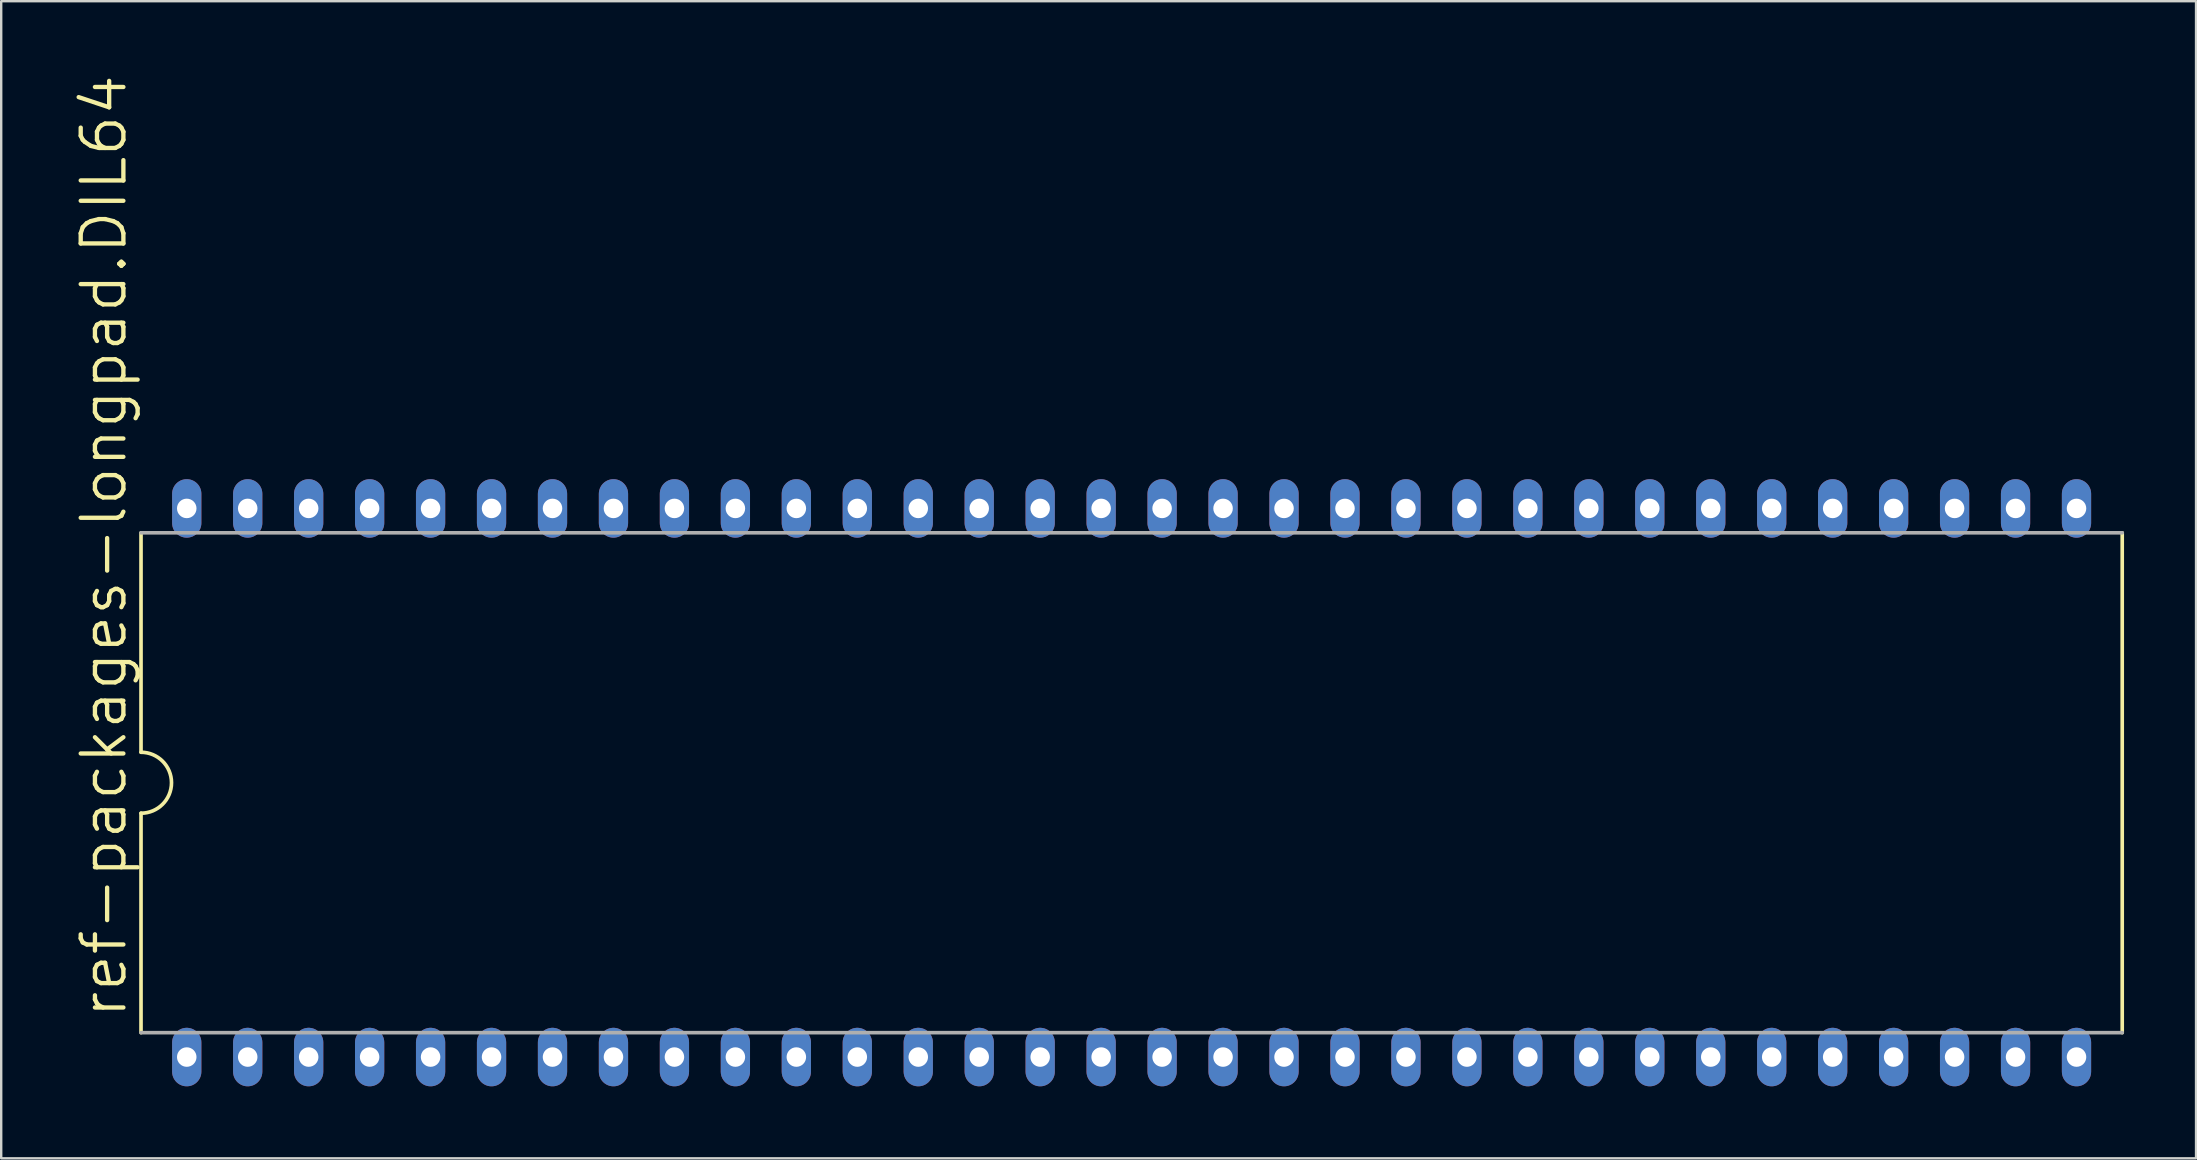
<source format=kicad_pcb>
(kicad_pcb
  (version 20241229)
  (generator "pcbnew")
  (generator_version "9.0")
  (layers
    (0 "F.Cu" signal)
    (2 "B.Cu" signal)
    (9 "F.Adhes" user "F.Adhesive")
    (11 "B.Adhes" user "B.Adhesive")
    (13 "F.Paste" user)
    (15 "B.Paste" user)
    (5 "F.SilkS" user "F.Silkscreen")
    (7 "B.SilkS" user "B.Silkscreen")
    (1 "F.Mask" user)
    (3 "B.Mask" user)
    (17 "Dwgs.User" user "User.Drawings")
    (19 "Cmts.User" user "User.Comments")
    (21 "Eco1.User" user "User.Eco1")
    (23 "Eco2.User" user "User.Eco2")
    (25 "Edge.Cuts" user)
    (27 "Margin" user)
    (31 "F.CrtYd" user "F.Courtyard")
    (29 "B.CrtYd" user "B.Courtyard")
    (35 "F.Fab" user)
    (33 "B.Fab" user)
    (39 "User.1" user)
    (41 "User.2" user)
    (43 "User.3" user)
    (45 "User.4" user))
  (footprint "ref-packages-longpad.DIL64"
    (layer "F.Cu")
    (at 44.101 29.564)
    (property "Reference" "ref-packages-longpad.DIL64" (at -41.783 9.906 90) (layer "F.SilkS") (effects (font (size 1.778 1.778) (thickness 0.18)) (justify left bottom)))
    (attr through_hole)
    (fp_line (start -41.275 -10.414) (end -41.275 -1.27) (stroke (width 0.152) (type default)) (layer "F.SilkS"))
    (fp_line (start -41.275 1.27) (end -41.275 10.414) (stroke (width 0.152) (type default)) (layer "F.SilkS"))
    (fp_line (start 41.275 10.414) (end 41.275 -10.414) (stroke (width 0.152) (type default)) (layer "F.SilkS"))
    (fp_arc (start -41.275 -1.27) (mid -40.005 0) (end -41.275 1.27) (stroke (width 0.1524) (type default)) (layer "F.SilkS"))
    (fp_line (start -41.275 -10.414) (end 41.275 -10.414) (stroke (width 0.152) (type default)) (layer "F.Fab"))
    (fp_line (start -41.275 10.414) (end 41.275 10.414) (stroke (width 0.152) (type default)) (layer "F.Fab"))
    (pad "1" thru_hole oval (at -39.37 11.43 90) (size 2.438 1.219) (drill 0.813) (layers "*.Cu" "*.Mask"))
    (pad "2" thru_hole oval (at -36.83 11.43 90) (size 2.438 1.219) (drill 0.813) (layers "*.Cu" "*.Mask"))
    (pad "3" thru_hole oval (at -34.29 11.43 90) (size 2.438 1.219) (drill 0.813) (layers "*.Cu" "*.Mask"))
    (pad "4" thru_hole oval (at -31.75 11.43 90) (size 2.438 1.219) (drill 0.813) (layers "*.Cu" "*.Mask"))
    (pad "5" thru_hole oval (at -29.21 11.43 90) (size 2.438 1.219) (drill 0.813) (layers "*.Cu" "*.Mask"))
    (pad "6" thru_hole oval (at -26.67 11.43 90) (size 2.438 1.219) (drill 0.813) (layers "*.Cu" "*.Mask"))
    (pad "7" thru_hole oval (at -24.13 11.43 90) (size 2.438 1.219) (drill 0.813) (layers "*.Cu" "*.Mask"))
    (pad "8" thru_hole oval (at -21.59 11.43 90) (size 2.438 1.219) (drill 0.813) (layers "*.Cu" "*.Mask"))
    (pad "9" thru_hole oval (at -19.05 11.43 90) (size 2.438 1.219) (drill 0.813) (layers "*.Cu" "*.Mask"))
    (pad "10" thru_hole oval (at -16.51 11.43 90) (size 2.438 1.219) (drill 0.813) (layers "*.Cu" "*.Mask"))
    (pad "11" thru_hole oval (at -13.97 11.43 90) (size 2.438 1.219) (drill 0.813) (layers "*.Cu" "*.Mask"))
    (pad "12" thru_hole oval (at -11.43 11.43 90) (size 2.438 1.219) (drill 0.813) (layers "*.Cu" "*.Mask"))
    (pad "13" thru_hole oval (at -8.89 11.43 90) (size 2.438 1.219) (drill 0.813) (layers "*.Cu" "*.Mask"))
    (pad "14" thru_hole oval (at -6.35 11.43 90) (size 2.438 1.219) (drill 0.813) (layers "*.Cu" "*.Mask"))
    (pad "15" thru_hole oval (at -3.81 11.43 90) (size 2.438 1.219) (drill 0.813) (layers "*.Cu" "*.Mask"))
    (pad "16" thru_hole oval (at -1.27 11.43 90) (size 2.438 1.219) (drill 0.813) (layers "*.Cu" "*.Mask"))
    (pad "17" thru_hole oval (at 1.27 11.43 90) (size 2.438 1.219) (drill 0.813) (layers "*.Cu" "*.Mask"))
    (pad "18" thru_hole oval (at 3.81 11.43 90) (size 2.438 1.219) (drill 0.813) (layers "*.Cu" "*.Mask"))
    (pad "19" thru_hole oval (at 6.35 11.43 90) (size 2.438 1.219) (drill 0.813) (layers "*.Cu" "*.Mask"))
    (pad "20" thru_hole oval (at 8.89 11.43 90) (size 2.438 1.219) (drill 0.813) (layers "*.Cu" "*.Mask"))
    (pad "21" thru_hole oval (at 11.43 11.43 90) (size 2.438 1.219) (drill 0.813) (layers "*.Cu" "*.Mask"))
    (pad "22" thru_hole oval (at 13.97 11.43 90) (size 2.438 1.219) (drill 0.813) (layers "*.Cu" "*.Mask"))
    (pad "23" thru_hole oval (at 16.51 11.43 90) (size 2.438 1.219) (drill 0.813) (layers "*.Cu" "*.Mask"))
    (pad "24" thru_hole oval (at 19.05 11.43 90) (size 2.438 1.219) (drill 0.813) (layers "*.Cu" "*.Mask"))
    (pad "25" thru_hole oval (at 21.59 11.43 90) (size 2.438 1.219) (drill 0.813) (layers "*.Cu" "*.Mask"))
    (pad "26" thru_hole oval (at 24.13 11.43 90) (size 2.438 1.219) (drill 0.813) (layers "*.Cu" "*.Mask"))
    (pad "27" thru_hole oval (at 26.67 11.43 90) (size 2.438 1.219) (drill 0.813) (layers "*.Cu" "*.Mask"))
    (pad "28" thru_hole oval (at 29.21 11.43 90) (size 2.438 1.219) (drill 0.813) (layers "*.Cu" "*.Mask"))
    (pad "29" thru_hole oval (at 31.75 11.43 90) (size 2.438 1.219) (drill 0.813) (layers "*.Cu" "*.Mask"))
    (pad "30" thru_hole oval (at 34.29 11.43 90) (size 2.438 1.219) (drill 0.813) (layers "*.Cu" "*.Mask"))
    (pad "31" thru_hole oval (at 36.83 11.43 90) (size 2.438 1.219) (drill 0.813) (layers "*.Cu" "*.Mask"))
    (pad "32" thru_hole oval (at 39.37 11.43 90) (size 2.438 1.219) (drill 0.813) (layers "*.Cu" "*.Mask"))
    (pad "33" thru_hole oval (at 39.37 -11.43 90) (size 2.438 1.219) (drill 0.813) (layers "*.Cu" "*.Mask"))
    (pad "34" thru_hole oval (at 36.83 -11.43 90) (size 2.438 1.219) (drill 0.813) (layers "*.Cu" "*.Mask"))
    (pad "35" thru_hole oval (at 34.29 -11.43 90) (size 2.438 1.219) (drill 0.813) (layers "*.Cu" "*.Mask"))
    (pad "36" thru_hole oval (at 31.75 -11.43 90) (size 2.438 1.219) (drill 0.813) (layers "*.Cu" "*.Mask"))
    (pad "37" thru_hole oval (at 29.21 -11.43 90) (size 2.438 1.219) (drill 0.813) (layers "*.Cu" "*.Mask"))
    (pad "38" thru_hole oval (at 26.67 -11.43 90) (size 2.438 1.219) (drill 0.813) (layers "*.Cu" "*.Mask"))
    (pad "39" thru_hole oval (at 24.13 -11.43 90) (size 2.438 1.219) (drill 0.813) (layers "*.Cu" "*.Mask"))
    (pad "40" thru_hole oval (at 21.59 -11.43 90) (size 2.438 1.219) (drill 0.813) (layers "*.Cu" "*.Mask"))
    (pad "41" thru_hole oval (at 19.05 -11.43 90) (size 2.438 1.219) (drill 0.813) (layers "*.Cu" "*.Mask"))
    (pad "42" thru_hole oval (at 16.51 -11.43 90) (size 2.438 1.219) (drill 0.813) (layers "*.Cu" "*.Mask"))
    (pad "43" thru_hole oval (at 13.97 -11.43 90) (size 2.438 1.219) (drill 0.813) (layers "*.Cu" "*.Mask"))
    (pad "44" thru_hole oval (at 11.43 -11.43 90) (size 2.438 1.219) (drill 0.813) (layers "*.Cu" "*.Mask"))
    (pad "45" thru_hole oval (at 8.89 -11.43 90) (size 2.438 1.219) (drill 0.813) (layers "*.Cu" "*.Mask"))
    (pad "46" thru_hole oval (at 6.35 -11.43 90) (size 2.438 1.219) (drill 0.813) (layers "*.Cu" "*.Mask"))
    (pad "47" thru_hole oval (at 3.81 -11.43 90) (size 2.438 1.219) (drill 0.813) (layers "*.Cu" "*.Mask"))
    (pad "48" thru_hole oval (at 1.27 -11.43 90) (size 2.438 1.219) (drill 0.813) (layers "*.Cu" "*.Mask"))
    (pad "49" thru_hole oval (at -1.27 -11.43 90) (size 2.438 1.219) (drill 0.813) (layers "*.Cu" "*.Mask"))
    (pad "50" thru_hole oval (at -3.81 -11.43 90) (size 2.438 1.219) (drill 0.813) (layers "*.Cu" "*.Mask"))
    (pad "51" thru_hole oval (at -6.35 -11.43 90) (size 2.438 1.219) (drill 0.813) (layers "*.Cu" "*.Mask"))
    (pad "52" thru_hole oval (at -8.89 -11.43 90) (size 2.438 1.219) (drill 0.813) (layers "*.Cu" "*.Mask"))
    (pad "53" thru_hole oval (at -11.43 -11.43 90) (size 2.438 1.219) (drill 0.813) (layers "*.Cu" "*.Mask"))
    (pad "54" thru_hole oval (at -13.97 -11.43 90) (size 2.438 1.219) (drill 0.813) (layers "*.Cu" "*.Mask"))
    (pad "55" thru_hole oval (at -16.51 -11.43 90) (size 2.438 1.219) (drill 0.813) (layers "*.Cu" "*.Mask"))
    (pad "56" thru_hole oval (at -19.05 -11.43 90) (size 2.438 1.219) (drill 0.813) (layers "*.Cu" "*.Mask"))
    (pad "57" thru_hole oval (at -21.59 -11.43 90) (size 2.438 1.219) (drill 0.813) (layers "*.Cu" "*.Mask"))
    (pad "58" thru_hole oval (at -24.13 -11.43 90) (size 2.438 1.219) (drill 0.813) (layers "*.Cu" "*.Mask"))
    (pad "59" thru_hole oval (at -26.67 -11.43 90) (size 2.438 1.219) (drill 0.813) (layers "*.Cu" "*.Mask"))
    (pad "60" thru_hole oval (at -29.21 -11.43 90) (size 2.438 1.219) (drill 0.813) (layers "*.Cu" "*.Mask"))
    (pad "61" thru_hole oval (at -31.75 -11.43 90) (size 2.438 1.219) (drill 0.813) (layers "*.Cu" "*.Mask"))
    (pad "62" thru_hole oval (at -34.29 -11.43 90) (size 2.438 1.219) (drill 0.813) (layers "*.Cu" "*.Mask"))
    (pad "63" thru_hole oval (at -36.83 -11.43 90) (size 2.438 1.219) (drill 0.813) (layers "*.Cu" "*.Mask"))
    (pad "64" thru_hole oval (at -39.37 -11.43 90) (size 2.438 1.219) (drill 0.813) (layers "*.Cu" "*.Mask")))
  (gr_rect
    (start -3 -3)
    (end 88.452 45.213)
    (stroke (width 0.1) (type default))
    (fill no)
    (layer "Edge.Cuts")))
</source>
